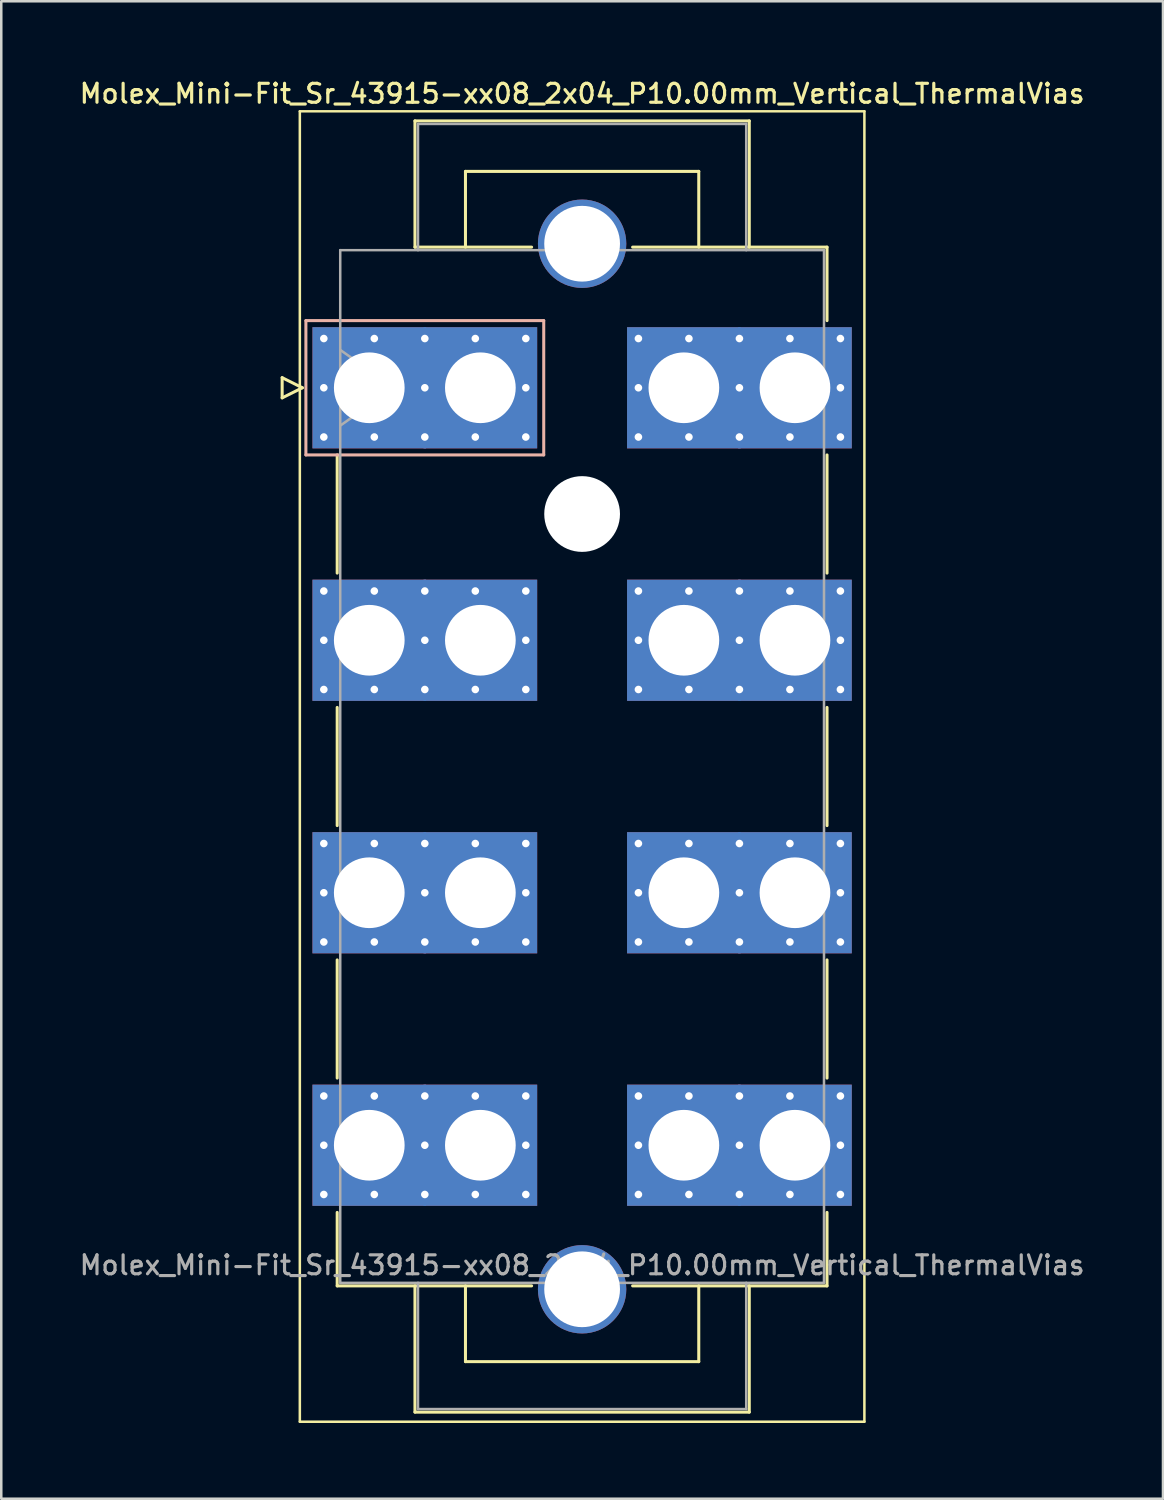
<source format=kicad_pcb>
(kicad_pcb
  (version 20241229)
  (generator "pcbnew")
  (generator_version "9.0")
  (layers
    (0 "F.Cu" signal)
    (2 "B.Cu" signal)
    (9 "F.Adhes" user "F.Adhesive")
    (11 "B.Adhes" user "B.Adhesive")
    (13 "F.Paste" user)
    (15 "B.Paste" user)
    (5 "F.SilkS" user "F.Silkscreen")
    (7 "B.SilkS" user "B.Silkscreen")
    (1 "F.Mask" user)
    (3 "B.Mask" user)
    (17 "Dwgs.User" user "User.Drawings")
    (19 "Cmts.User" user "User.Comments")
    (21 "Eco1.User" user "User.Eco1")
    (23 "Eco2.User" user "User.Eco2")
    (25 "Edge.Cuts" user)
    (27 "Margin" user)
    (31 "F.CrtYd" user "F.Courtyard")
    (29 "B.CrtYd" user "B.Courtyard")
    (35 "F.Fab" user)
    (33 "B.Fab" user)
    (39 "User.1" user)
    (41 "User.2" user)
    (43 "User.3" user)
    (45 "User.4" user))
  (footprint "Molex_Mini-Fit_Sr_43915-xx08_2x04_P10.00mm_Vertical_ThermalVias"
    (layer "F.Cu")
    (at 11.575 12.308)
    (property "Reference" "Molex_Mini-Fit_Sr_43915-xx08_2x04_P10.00mm_Vertical_ThermalVias" (at 8.43 -11.65 0) (layer "F.SilkS") (effects (font (size 0.75 0.75) (thickness 0.125))))
    (attr through_hole)
    (fp_line (start -3.45 -0.4) (end -3.45 0.4) (stroke (width 0.12) (type solid)) (layer "F.SilkS"))
    (fp_line (start -3.45 0.4) (end -2.65 0) (stroke (width 0.12) (type solid)) (layer "F.SilkS"))
    (fp_line (start -2.75 -10.95) (end -2.75 40.95) (stroke (width 0.1) (type solid)) (layer "F.SilkS"))
    (fp_line (start -2.75 40.95) (end 19.61 40.95) (stroke (width 0.1) (type solid)) (layer "F.SilkS"))
    (fp_line (start -2.65 0) (end -3.45 -0.4) (stroke (width 0.12) (type solid)) (layer "F.SilkS"))
    (fp_line (start -1.27 2.66) (end -1.27 7.34) (stroke (width 0.12) (type solid)) (layer "F.SilkS"))
    (fp_line (start -1.27 12.66) (end -1.27 17.34) (stroke (width 0.12) (type solid)) (layer "F.SilkS"))
    (fp_line (start -1.27 22.66) (end -1.27 27.34) (stroke (width 0.12) (type solid)) (layer "F.SilkS"))
    (fp_line (start -1.27 32.66) (end -1.27 35.57) (stroke (width 0.12) (type solid)) (layer "F.SilkS"))
    (fp_line (start -1.27 35.57) (end 6.43 35.57) (stroke (width 0.12) (type solid)) (layer "F.SilkS"))
    (fp_line (start 1.81 -10.57) (end 15.05 -10.57) (stroke (width 0.12) (type solid)) (layer "F.SilkS"))
    (fp_line (start 1.81 -5.57) (end 1.81 -10.57) (stroke (width 0.12) (type solid)) (layer "F.SilkS"))
    (fp_line (start 1.81 35.57) (end 1.81 40.57) (stroke (width 0.12) (type solid)) (layer "F.SilkS"))
    (fp_line (start 1.81 40.57) (end 15.05 40.57) (stroke (width 0.12) (type solid)) (layer "F.SilkS"))
    (fp_line (start 3.81 -8.57) (end 13.05 -8.57) (stroke (width 0.12) (type solid)) (layer "F.SilkS"))
    (fp_line (start 3.81 -5.57) (end 3.81 -8.57) (stroke (width 0.12) (type solid)) (layer "F.SilkS"))
    (fp_line (start 3.81 35.57) (end 3.81 38.57) (stroke (width 0.12) (type solid)) (layer "F.SilkS"))
    (fp_line (start 3.81 38.57) (end 13.05 38.57) (stroke (width 0.12) (type solid)) (layer "F.SilkS"))
    (fp_line (start 6.43 -5.57) (end 1.81 -5.57) (stroke (width 0.12) (type solid)) (layer "F.SilkS"))
    (fp_line (start 13.05 -8.57) (end 13.05 -5.57) (stroke (width 0.12) (type solid)) (layer "F.SilkS"))
    (fp_line (start 13.05 38.57) (end 13.05 35.57) (stroke (width 0.12) (type solid)) (layer "F.SilkS"))
    (fp_line (start 15.05 -10.57) (end 15.05 -5.57) (stroke (width 0.12) (type solid)) (layer "F.SilkS"))
    (fp_line (start 15.05 40.57) (end 15.05 35.57) (stroke (width 0.12) (type solid)) (layer "F.SilkS"))
    (fp_line (start 18.13 -5.57) (end 10.43 -5.57) (stroke (width 0.12) (type solid)) (layer "F.SilkS"))
    (fp_line (start 18.13 -2.66) (end 18.13 -5.57) (stroke (width 0.12) (type solid)) (layer "F.SilkS"))
    (fp_line (start 18.13 2.66) (end 18.13 7.34) (stroke (width 0.12) (type solid)) (layer "F.SilkS"))
    (fp_line (start 18.13 12.66) (end 18.13 17.34) (stroke (width 0.12) (type solid)) (layer "F.SilkS"))
    (fp_line (start 18.13 22.66) (end 18.13 27.34) (stroke (width 0.12) (type solid)) (layer "F.SilkS"))
    (fp_line (start 18.13 32.66) (end 18.13 35.57) (stroke (width 0.12) (type solid)) (layer "F.SilkS"))
    (fp_line (start 18.13 35.57) (end 10.43 35.57) (stroke (width 0.12) (type solid)) (layer "F.SilkS"))
    (fp_line (start 19.61 -10.95) (end -2.75 -10.95) (stroke (width 0.1) (type solid)) (layer "F.SilkS"))
    (fp_line (start 19.61 40.95) (end 19.61 -10.95) (stroke (width 0.1) (type solid)) (layer "F.SilkS"))
    (fp_line (start -2.51 -2.66) (end -2.51 2.66) (stroke (width 0.12) (type solid)) (layer "B.SilkS"))
    (fp_line (start -2.51 2.66) (end 6.91 2.66) (stroke (width 0.12) (type solid)) (layer "B.SilkS"))
    (fp_line (start 6.91 -2.66) (end -2.51 -2.66) (stroke (width 0.12) (type solid)) (layer "B.SilkS"))
    (fp_line (start 6.91 2.66) (end 6.91 -2.66) (stroke (width 0.12) (type solid)) (layer "B.SilkS"))
    (fp_line (start -1.15 -5.45) (end -1.15 35.45) (stroke (width 0.1) (type solid)) (layer "F.Fab"))
    (fp_line (start -1.15 -1.5) (end 0.971 0) (stroke (width 0.1) (type solid)) (layer "F.Fab"))
    (fp_line (start -1.15 35.45) (end 18.01 35.45) (stroke (width 0.1) (type solid)) (layer "F.Fab"))
    (fp_line (start 0.971 0) (end -1.15 1.5) (stroke (width 0.1) (type solid)) (layer "F.Fab"))
    (fp_line (start 1.93 -10.45) (end 14.93 -10.45) (stroke (width 0.1) (type solid)) (layer "F.Fab"))
    (fp_line (start 1.93 -5.45) (end 1.93 -10.45) (stroke (width 0.1) (type solid)) (layer "F.Fab"))
    (fp_line (start 1.93 35.45) (end 1.93 40.45) (stroke (width 0.1) (type solid)) (layer "F.Fab"))
    (fp_line (start 1.93 40.45) (end 14.93 40.45) (stroke (width 0.1) (type solid)) (layer "F.Fab"))
    (fp_line (start 14.93 -10.45) (end 14.93 -5.45) (stroke (width 0.1) (type solid)) (layer "F.Fab"))
    (fp_line (start 14.93 40.45) (end 14.93 35.45) (stroke (width 0.1) (type solid)) (layer "F.Fab"))
    (fp_line (start 18.01 -5.45) (end -1.15 -5.45) (stroke (width 0.1) (type solid)) (layer "F.Fab"))
    (fp_line (start 18.01 35.45) (end 18.01 -5.45) (stroke (width 0.1) (type solid)) (layer "F.Fab"))
    (fp_text user "${REFERENCE}" (at 8.43 34.75 0) (layer "F.Fab") (effects (font (size 0.75 0.75) (thickness 0.125))))
    (pad "" thru_hole circle (at 8.43 -5.705) (size 3.5 3.5) (drill 3) (layers "*.Cu" "*.Mask"))
    (pad "" np_thru_hole circle (at 8.43 5) (size 3 3) (drill 3) (layers "*.Cu" "*.Mask"))
    (pad "" thru_hole circle (at 8.43 35.705) (size 3.5 3.5) (drill 3) (layers "*.Cu" "*.Mask"))
    (pad "1" thru_hole roundrect (at -1.8 -1.95) (size 0.6 0.6) (drill 0.3) (layers "*.Cu" "*.Mask") (roundrect_rratio 0.25))
    (pad "1" thru_hole roundrect (at -1.8 0) (size 0.6 0.6) (drill 0.3) (layers "*.Cu" "*.Mask") (roundrect_rratio 0.25))
    (pad "1" thru_hole roundrect (at -1.8 1.95) (size 0.6 0.6) (drill 0.3) (layers "*.Cu" "*.Mask") (roundrect_rratio 0.25))
    (pad "1" thru_hole rect (at 0 0) (size 4.5 4.8) (drill 2.8) (layers "*.Cu" "*.Mask"))
    (pad "1" thru_hole roundrect (at 0.2 -1.95) (size 0.6 0.6) (drill 0.3) (layers "*.Cu" "*.Mask") (roundrect_rratio 0.25))
    (pad "1" thru_hole roundrect (at 0.2 1.95) (size 0.6 0.6) (drill 0.3) (layers "*.Cu" "*.Mask") (roundrect_rratio 0.25))
    (pad "1" thru_hole roundrect (at 2.2 -1.95) (size 0.6 0.6) (drill 0.3) (layers "*.Cu" "*.Mask") (roundrect_rratio 0.25))
    (pad "1" thru_hole roundrect (at 2.2 0) (size 0.6 0.6) (drill 0.3) (layers "*.Cu" "*.Mask") (roundrect_rratio 0.25))
    (pad "1" thru_hole roundrect (at 2.2 1.95) (size 0.6 0.6) (drill 0.3) (layers "*.Cu" "*.Mask") (roundrect_rratio 0.25))
    (pad "1" thru_hole roundrect (at 4.2 -1.95) (size 0.6 0.6) (drill 0.3) (layers "*.Cu" "*.Mask") (roundrect_rratio 0.25))
    (pad "1" thru_hole roundrect (at 4.2 1.95) (size 0.6 0.6) (drill 0.3) (layers "*.Cu" "*.Mask") (roundrect_rratio 0.25))
    (pad "1" thru_hole rect (at 4.4 0) (size 4.5 4.8) (drill 2.8) (layers "*.Cu" "*.Mask"))
    (pad "1" thru_hole roundrect (at 6.2 -1.95) (size 0.6 0.6) (drill 0.3) (layers "*.Cu" "*.Mask") (roundrect_rratio 0.25))
    (pad "1" thru_hole roundrect (at 6.2 0) (size 0.6 0.6) (drill 0.3) (layers "*.Cu" "*.Mask") (roundrect_rratio 0.25))
    (pad "1" thru_hole roundrect (at 6.2 1.95) (size 0.6 0.6) (drill 0.3) (layers "*.Cu" "*.Mask") (roundrect_rratio 0.25))
    (pad "2" thru_hole circle (at -1.8 8.05) (size 0.6 0.6) (drill 0.3) (layers "*.Cu" "*.Mask"))
    (pad "2" thru_hole circle (at -1.8 10) (size 0.6 0.6) (drill 0.3) (layers "*.Cu" "*.Mask"))
    (pad "2" thru_hole circle (at -1.8 11.95) (size 0.6 0.6) (drill 0.3) (layers "*.Cu" "*.Mask"))
    (pad "2" thru_hole rect (at 0 10) (size 4.5 4.8) (drill 2.8) (layers "*.Cu" "*.Mask"))
    (pad "2" thru_hole circle (at 0.2 8.05) (size 0.6 0.6) (drill 0.3) (layers "*.Cu" "*.Mask"))
    (pad "2" thru_hole circle (at 0.2 11.95) (size 0.6 0.6) (drill 0.3) (layers "*.Cu" "*.Mask"))
    (pad "2" thru_hole circle (at 2.2 8.05) (size 0.6 0.6) (drill 0.3) (layers "*.Cu" "*.Mask"))
    (pad "2" thru_hole circle (at 2.2 10) (size 0.6 0.6) (drill 0.3) (layers "*.Cu" "*.Mask"))
    (pad "2" thru_hole circle (at 2.2 11.95) (size 0.6 0.6) (drill 0.3) (layers "*.Cu" "*.Mask"))
    (pad "2" thru_hole circle (at 4.2 8.05) (size 0.6 0.6) (drill 0.3) (layers "*.Cu" "*.Mask"))
    (pad "2" thru_hole circle (at 4.2 11.95) (size 0.6 0.6) (drill 0.3) (layers "*.Cu" "*.Mask"))
    (pad "2" thru_hole rect (at 4.4 10) (size 4.5 4.8) (drill 2.8) (layers "*.Cu" "*.Mask"))
    (pad "2" thru_hole circle (at 6.2 8.05) (size 0.6 0.6) (drill 0.3) (layers "*.Cu" "*.Mask"))
    (pad "2" thru_hole circle (at 6.2 10) (size 0.6 0.6) (drill 0.3) (layers "*.Cu" "*.Mask"))
    (pad "2" thru_hole circle (at 6.2 11.95) (size 0.6 0.6) (drill 0.3) (layers "*.Cu" "*.Mask"))
    (pad "3" thru_hole circle (at -1.8 18.05) (size 0.6 0.6) (drill 0.3) (layers "*.Cu" "*.Mask"))
    (pad "3" thru_hole circle (at -1.8 20) (size 0.6 0.6) (drill 0.3) (layers "*.Cu" "*.Mask"))
    (pad "3" thru_hole circle (at -1.8 21.95) (size 0.6 0.6) (drill 0.3) (layers "*.Cu" "*.Mask"))
    (pad "3" thru_hole rect (at 0 20) (size 4.5 4.8) (drill 2.8) (layers "*.Cu" "*.Mask"))
    (pad "3" thru_hole circle (at 0.2 18.05) (size 0.6 0.6) (drill 0.3) (layers "*.Cu" "*.Mask"))
    (pad "3" thru_hole circle (at 0.2 21.95) (size 0.6 0.6) (drill 0.3) (layers "*.Cu" "*.Mask"))
    (pad "3" thru_hole circle (at 2.2 18.05) (size 0.6 0.6) (drill 0.3) (layers "*.Cu" "*.Mask"))
    (pad "3" thru_hole circle (at 2.2 20) (size 0.6 0.6) (drill 0.3) (layers "*.Cu" "*.Mask"))
    (pad "3" thru_hole circle (at 2.2 21.95) (size 0.6 0.6) (drill 0.3) (layers "*.Cu" "*.Mask"))
    (pad "3" thru_hole circle (at 4.2 18.05) (size 0.6 0.6) (drill 0.3) (layers "*.Cu" "*.Mask"))
    (pad "3" thru_hole circle (at 4.2 21.95) (size 0.6 0.6) (drill 0.3) (layers "*.Cu" "*.Mask"))
    (pad "3" thru_hole rect (at 4.4 20) (size 4.5 4.8) (drill 2.8) (layers "*.Cu" "*.Mask"))
    (pad "3" thru_hole circle (at 6.2 18.05) (size 0.6 0.6) (drill 0.3) (layers "*.Cu" "*.Mask"))
    (pad "3" thru_hole circle (at 6.2 20) (size 0.6 0.6) (drill 0.3) (layers "*.Cu" "*.Mask"))
    (pad "3" thru_hole circle (at 6.2 21.95) (size 0.6 0.6) (drill 0.3) (layers "*.Cu" "*.Mask"))
    (pad "4" thru_hole circle (at -1.8 28.05) (size 0.6 0.6) (drill 0.3) (layers "*.Cu" "*.Mask"))
    (pad "4" thru_hole circle (at -1.8 30) (size 0.6 0.6) (drill 0.3) (layers "*.Cu" "*.Mask"))
    (pad "4" thru_hole circle (at -1.8 31.95) (size 0.6 0.6) (drill 0.3) (layers "*.Cu" "*.Mask"))
    (pad "4" thru_hole rect (at 0 30) (size 4.5 4.8) (drill 2.8) (layers "*.Cu" "*.Mask"))
    (pad "4" thru_hole circle (at 0.2 28.05) (size 0.6 0.6) (drill 0.3) (layers "*.Cu" "*.Mask"))
    (pad "4" thru_hole circle (at 0.2 31.95) (size 0.6 0.6) (drill 0.3) (layers "*.Cu" "*.Mask"))
    (pad "4" thru_hole circle (at 2.2 28.05) (size 0.6 0.6) (drill 0.3) (layers "*.Cu" "*.Mask"))
    (pad "4" thru_hole circle (at 2.2 30) (size 0.6 0.6) (drill 0.3) (layers "*.Cu" "*.Mask"))
    (pad "4" thru_hole circle (at 2.2 31.95) (size 0.6 0.6) (drill 0.3) (layers "*.Cu" "*.Mask"))
    (pad "4" thru_hole circle (at 4.2 28.05) (size 0.6 0.6) (drill 0.3) (layers "*.Cu" "*.Mask"))
    (pad "4" thru_hole circle (at 4.2 31.95) (size 0.6 0.6) (drill 0.3) (layers "*.Cu" "*.Mask"))
    (pad "4" thru_hole rect (at 4.4 30) (size 4.5 4.8) (drill 2.8) (layers "*.Cu" "*.Mask"))
    (pad "4" thru_hole circle (at 6.2 28.05) (size 0.6 0.6) (drill 0.3) (layers "*.Cu" "*.Mask"))
    (pad "4" thru_hole circle (at 6.2 30) (size 0.6 0.6) (drill 0.3) (layers "*.Cu" "*.Mask"))
    (pad "4" thru_hole circle (at 6.2 31.95) (size 0.6 0.6) (drill 0.3) (layers "*.Cu" "*.Mask"))
    (pad "5" thru_hole circle (at 10.66 -1.95) (size 0.6 0.6) (drill 0.3) (layers "*.Cu" "*.Mask"))
    (pad "5" thru_hole circle (at 10.66 0) (size 0.6 0.6) (drill 0.3) (layers "*.Cu" "*.Mask"))
    (pad "5" thru_hole circle (at 10.66 1.95) (size 0.6 0.6) (drill 0.3) (layers "*.Cu" "*.Mask"))
    (pad "5" thru_hole rect (at 12.46 0) (size 4.5 4.8) (drill 2.8) (layers "*.Cu" "*.Mask"))
    (pad "5" thru_hole circle (at 12.66 -1.95) (size 0.6 0.6) (drill 0.3) (layers "*.Cu" "*.Mask"))
    (pad "5" thru_hole circle (at 12.66 1.95) (size 0.6 0.6) (drill 0.3) (layers "*.Cu" "*.Mask"))
    (pad "5" thru_hole circle (at 14.66 -1.95) (size 0.6 0.6) (drill 0.3) (layers "*.Cu" "*.Mask"))
    (pad "5" thru_hole circle (at 14.66 0) (size 0.6 0.6) (drill 0.3) (layers "*.Cu" "*.Mask"))
    (pad "5" thru_hole circle (at 14.66 1.95) (size 0.6 0.6) (drill 0.3) (layers "*.Cu" "*.Mask"))
    (pad "5" thru_hole circle (at 16.66 -1.95) (size 0.6 0.6) (drill 0.3) (layers "*.Cu" "*.Mask"))
    (pad "5" thru_hole circle (at 16.66 1.95) (size 0.6 0.6) (drill 0.3) (layers "*.Cu" "*.Mask"))
    (pad "5" thru_hole rect (at 16.86 0) (size 4.5 4.8) (drill 2.8) (layers "*.Cu" "*.Mask"))
    (pad "5" thru_hole circle (at 18.66 -1.95) (size 0.6 0.6) (drill 0.3) (layers "*.Cu" "*.Mask"))
    (pad "5" thru_hole circle (at 18.66 0) (size 0.6 0.6) (drill 0.3) (layers "*.Cu" "*.Mask"))
    (pad "5" thru_hole circle (at 18.66 1.95) (size 0.6 0.6) (drill 0.3) (layers "*.Cu" "*.Mask"))
    (pad "6" thru_hole circle (at 10.66 8.05) (size 0.6 0.6) (drill 0.3) (layers "*.Cu" "*.Mask"))
    (pad "6" thru_hole circle (at 10.66 10) (size 0.6 0.6) (drill 0.3) (layers "*.Cu" "*.Mask"))
    (pad "6" thru_hole circle (at 10.66 11.95) (size 0.6 0.6) (drill 0.3) (layers "*.Cu" "*.Mask"))
    (pad "6" thru_hole rect (at 12.46 10) (size 4.5 4.8) (drill 2.8) (layers "*.Cu" "*.Mask"))
    (pad "6" thru_hole circle (at 12.66 8.05) (size 0.6 0.6) (drill 0.3) (layers "*.Cu" "*.Mask"))
    (pad "6" thru_hole circle (at 12.66 11.95) (size 0.6 0.6) (drill 0.3) (layers "*.Cu" "*.Mask"))
    (pad "6" thru_hole circle (at 14.66 8.05) (size 0.6 0.6) (drill 0.3) (layers "*.Cu" "*.Mask"))
    (pad "6" thru_hole circle (at 14.66 10) (size 0.6 0.6) (drill 0.3) (layers "*.Cu" "*.Mask"))
    (pad "6" thru_hole circle (at 14.66 11.95) (size 0.6 0.6) (drill 0.3) (layers "*.Cu" "*.Mask"))
    (pad "6" thru_hole circle (at 16.66 8.05) (size 0.6 0.6) (drill 0.3) (layers "*.Cu" "*.Mask"))
    (pad "6" thru_hole circle (at 16.66 11.95) (size 0.6 0.6) (drill 0.3) (layers "*.Cu" "*.Mask"))
    (pad "6" thru_hole rect (at 16.86 10) (size 4.5 4.8) (drill 2.8) (layers "*.Cu" "*.Mask"))
    (pad "6" thru_hole circle (at 18.66 8.05) (size 0.6 0.6) (drill 0.3) (layers "*.Cu" "*.Mask"))
    (pad "6" thru_hole circle (at 18.66 10) (size 0.6 0.6) (drill 0.3) (layers "*.Cu" "*.Mask"))
    (pad "6" thru_hole circle (at 18.66 11.95) (size 0.6 0.6) (drill 0.3) (layers "*.Cu" "*.Mask"))
    (pad "7" thru_hole circle (at 10.66 18.05) (size 0.6 0.6) (drill 0.3) (layers "*.Cu" "*.Mask"))
    (pad "7" thru_hole circle (at 10.66 20) (size 0.6 0.6) (drill 0.3) (layers "*.Cu" "*.Mask"))
    (pad "7" thru_hole circle (at 10.66 21.95) (size 0.6 0.6) (drill 0.3) (layers "*.Cu" "*.Mask"))
    (pad "7" thru_hole rect (at 12.46 20) (size 4.5 4.8) (drill 2.8) (layers "*.Cu" "*.Mask"))
    (pad "7" thru_hole circle (at 12.66 18.05) (size 0.6 0.6) (drill 0.3) (layers "*.Cu" "*.Mask"))
    (pad "7" thru_hole circle (at 12.66 21.95) (size 0.6 0.6) (drill 0.3) (layers "*.Cu" "*.Mask"))
    (pad "7" thru_hole circle (at 14.66 18.05) (size 0.6 0.6) (drill 0.3) (layers "*.Cu" "*.Mask"))
    (pad "7" thru_hole circle (at 14.66 20) (size 0.6 0.6) (drill 0.3) (layers "*.Cu" "*.Mask"))
    (pad "7" thru_hole circle (at 14.66 21.95) (size 0.6 0.6) (drill 0.3) (layers "*.Cu" "*.Mask"))
    (pad "7" thru_hole circle (at 16.66 18.05) (size 0.6 0.6) (drill 0.3) (layers "*.Cu" "*.Mask"))
    (pad "7" thru_hole circle (at 16.66 21.95) (size 0.6 0.6) (drill 0.3) (layers "*.Cu" "*.Mask"))
    (pad "7" thru_hole rect (at 16.86 20) (size 4.5 4.8) (drill 2.8) (layers "*.Cu" "*.Mask"))
    (pad "7" thru_hole circle (at 18.66 18.05) (size 0.6 0.6) (drill 0.3) (layers "*.Cu" "*.Mask"))
    (pad "7" thru_hole circle (at 18.66 20) (size 0.6 0.6) (drill 0.3) (layers "*.Cu" "*.Mask"))
    (pad "7" thru_hole circle (at 18.66 21.95) (size 0.6 0.6) (drill 0.3) (layers "*.Cu" "*.Mask"))
    (pad "8" thru_hole circle (at 10.66 28.05) (size 0.6 0.6) (drill 0.3) (layers "*.Cu" "*.Mask"))
    (pad "8" thru_hole circle (at 10.66 30) (size 0.6 0.6) (drill 0.3) (layers "*.Cu" "*.Mask"))
    (pad "8" thru_hole circle (at 10.66 31.95) (size 0.6 0.6) (drill 0.3) (layers "*.Cu" "*.Mask"))
    (pad "8" thru_hole rect (at 12.46 30) (size 4.5 4.8) (drill 2.8) (layers "*.Cu" "*.Mask"))
    (pad "8" thru_hole circle (at 12.66 28.05) (size 0.6 0.6) (drill 0.3) (layers "*.Cu" "*.Mask"))
    (pad "8" thru_hole circle (at 12.66 31.95) (size 0.6 0.6) (drill 0.3) (layers "*.Cu" "*.Mask"))
    (pad "8" thru_hole circle (at 14.66 28.05) (size 0.6 0.6) (drill 0.3) (layers "*.Cu" "*.Mask"))
    (pad "8" thru_hole circle (at 14.66 30) (size 0.6 0.6) (drill 0.3) (layers "*.Cu" "*.Mask"))
    (pad "8" thru_hole circle (at 14.66 31.95) (size 0.6 0.6) (drill 0.3) (layers "*.Cu" "*.Mask"))
    (pad "8" thru_hole circle (at 16.66 28.05) (size 0.6 0.6) (drill 0.3) (layers "*.Cu" "*.Mask"))
    (pad "8" thru_hole circle (at 16.66 31.95) (size 0.6 0.6) (drill 0.3) (layers "*.Cu" "*.Mask"))
    (pad "8" thru_hole rect (at 16.86 30) (size 4.5 4.8) (drill 2.8) (layers "*.Cu" "*.Mask"))
    (pad "8" thru_hole circle (at 18.66 28.05) (size 0.6 0.6) (drill 0.3) (layers "*.Cu" "*.Mask"))
    (pad "8" thru_hole circle (at 18.66 30) (size 0.6 0.6) (drill 0.3) (layers "*.Cu" "*.Mask"))
    (pad "8" thru_hole circle (at 18.66 31.95) (size 0.6 0.6) (drill 0.3) (layers "*.Cu" "*.Mask")))
  (gr_rect
    (start -3 -3)
    (end 43.011 56.308)
    (stroke (width 0.1) (type default))
    (fill no)
    (layer "Edge.Cuts")))
</source>
